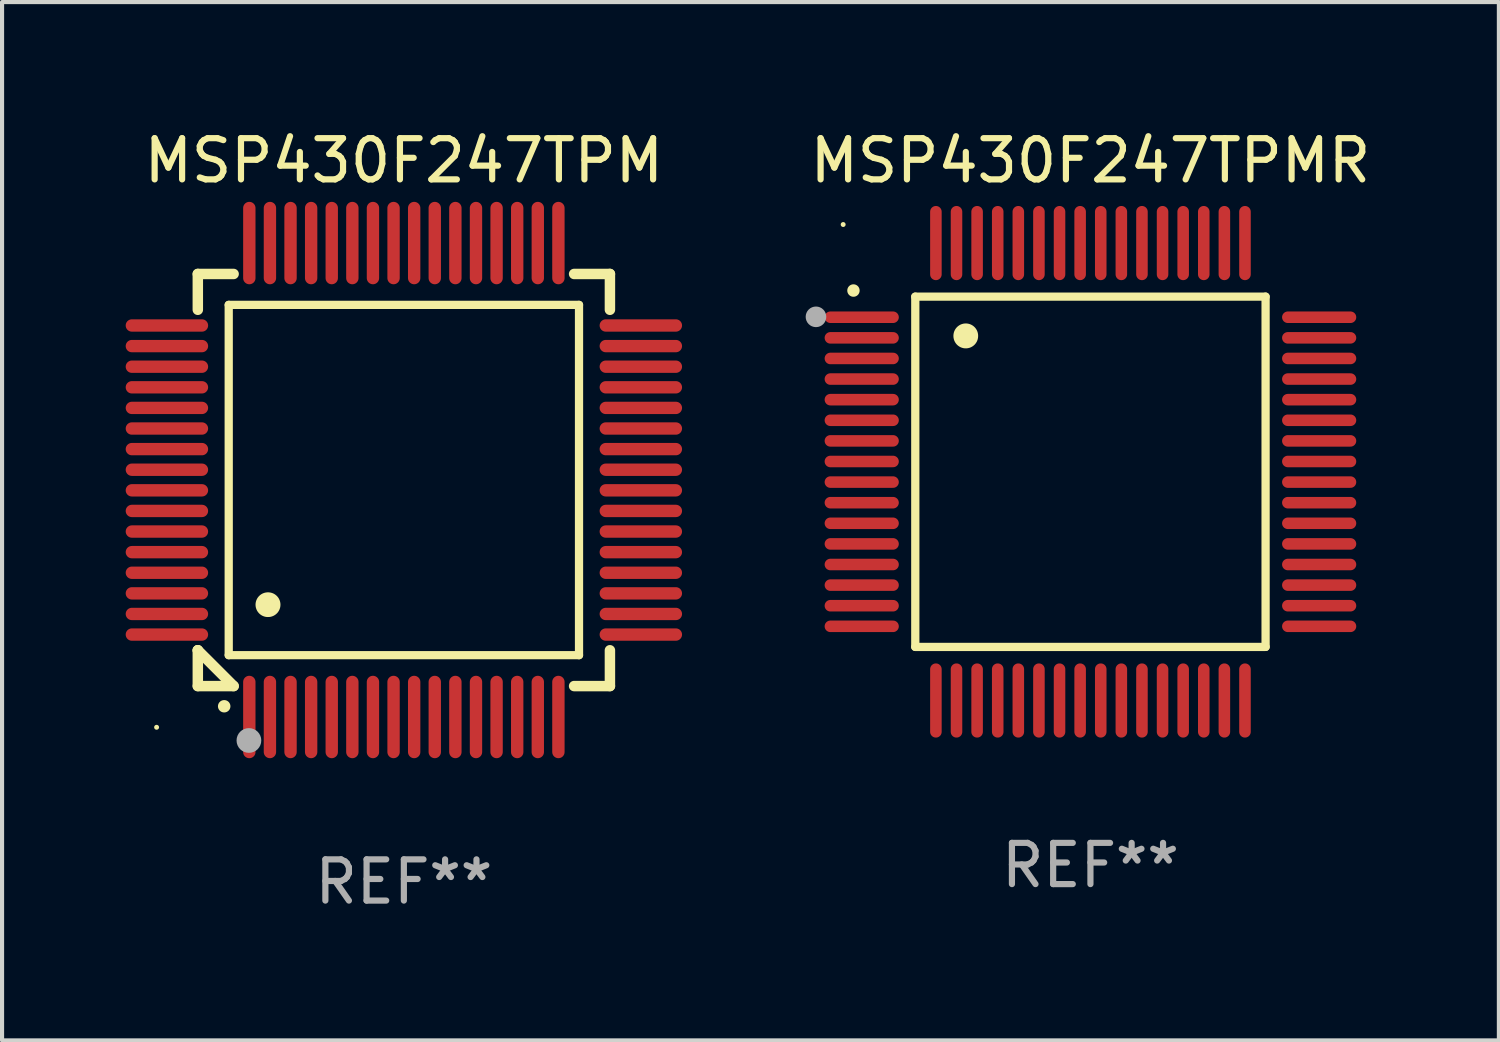
<source format=kicad_pcb>
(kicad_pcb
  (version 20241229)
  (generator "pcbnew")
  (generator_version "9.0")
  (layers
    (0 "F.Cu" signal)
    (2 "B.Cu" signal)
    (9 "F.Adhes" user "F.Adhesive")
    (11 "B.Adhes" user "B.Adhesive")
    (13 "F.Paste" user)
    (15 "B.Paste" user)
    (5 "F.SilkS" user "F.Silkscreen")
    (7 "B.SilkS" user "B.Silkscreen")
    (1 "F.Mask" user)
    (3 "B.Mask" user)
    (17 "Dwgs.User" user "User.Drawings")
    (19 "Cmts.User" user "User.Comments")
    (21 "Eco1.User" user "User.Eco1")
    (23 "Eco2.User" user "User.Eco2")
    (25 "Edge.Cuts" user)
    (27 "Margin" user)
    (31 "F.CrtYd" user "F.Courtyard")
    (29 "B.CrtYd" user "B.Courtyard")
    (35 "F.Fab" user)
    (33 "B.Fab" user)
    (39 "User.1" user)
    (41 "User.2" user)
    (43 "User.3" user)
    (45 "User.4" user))
  (footprint "MSP430F247TPM"
    (layer "F.Cu")
    (at 6.75 8.598)
    (property "Reference" "MSP430F247TPM" (at 0 -7.75 0) (layer "F.SilkS") (effects (font (size 1 1) (thickness 0.15))))
    (attr through_hole)
    (fp_line (start -5 -5) (end -4.131 -5) (stroke (width 0.254) (type solid)) (layer "F.SilkS"))
    (fp_line (start -5 -4.131) (end -5 -5) (stroke (width 0.254) (type solid)) (layer "F.SilkS"))
    (fp_line (start -5 4.131) (end -5 4.131) (stroke (width 0.254) (type solid)) (layer "F.SilkS"))
    (fp_line (start -5 5) (end -5 4.131) (stroke (width 0.254) (type solid)) (layer "F.SilkS"))
    (fp_line (start -5 4.131) (end -4.131 5) (stroke (width 0.254) (type solid)) (layer "F.SilkS"))
    (fp_line (start -4.25 -4.25) (end -4.25 4.25) (stroke (width 0.2) (type solid)) (layer "F.SilkS"))
    (fp_line (start -4.25 4.25) (end 4.25 4.25) (stroke (width 0.2) (type solid)) (layer "F.SilkS"))
    (fp_line (start -4.131 5) (end -5 5) (stroke (width 0.254) (type solid)) (layer "F.SilkS"))
    (fp_line (start 4.25 -4.25) (end -4.25 -4.25) (stroke (width 0.2) (type solid)) (layer "F.SilkS"))
    (fp_line (start 4.25 4.25) (end 4.25 -4.25) (stroke (width 0.2) (type solid)) (layer "F.SilkS"))
    (fp_line (start 5 -5) (end 4.131 -5) (stroke (width 0.254) (type solid)) (layer "F.SilkS"))
    (fp_line (start 5 -5) (end 5 -4.131) (stroke (width 0.254) (type solid)) (layer "F.SilkS"))
    (fp_line (start 5 4.131) (end 5 5) (stroke (width 0.254) (type solid)) (layer "F.SilkS"))
    (fp_line (start 5 5) (end 4.131 5) (stroke (width 0.254) (type solid)) (layer "F.SilkS"))
    (fp_arc (start -4.361265 5.489992) (mid -4.359995 5.489987) (end -4.358725 5.489992) (stroke (width 0.3) (type solid)) (layer "F.SilkS"))
    (fp_arc (start -3.299467 3.025146) (mid -3.296927 3.025135) (end -3.294387 3.025146) (stroke (width 0.6) (type solid)) (layer "F.SilkS"))
    (fp_circle (center -6 6) (end -5.97 6) (stroke (width 0.06) (type solid)) (fill no) (layer "F.SilkS"))
    (fp_circle (center -3.76 6.32) (end -3.61 6.32) (stroke (width 0.3) (type solid)) (fill no) (layer "F.Fab"))
    (fp_text user "REF**" (at 0 9.75 0) (layer "F.Fab") (effects (font (size 1 1) (thickness 0.15))))
    (pad "1" smd oval (at -3.75 5.75) (size 0.3 2) (layers "F.Cu" "F.Mask" "F.Paste"))
    (pad "2" smd oval (at -3.25 5.75) (size 0.3 2) (layers "F.Cu" "F.Mask" "F.Paste"))
    (pad "3" smd oval (at -2.75 5.75) (size 0.3 2) (layers "F.Cu" "F.Mask" "F.Paste"))
    (pad "4" smd oval (at -2.25 5.75) (size 0.3 2) (layers "F.Cu" "F.Mask" "F.Paste"))
    (pad "5" smd oval (at -1.75 5.75) (size 0.3 2) (layers "F.Cu" "F.Mask" "F.Paste"))
    (pad "6" smd oval (at -1.25 5.75) (size 0.3 2) (layers "F.Cu" "F.Mask" "F.Paste"))
    (pad "7" smd oval (at -0.75 5.75) (size 0.3 2) (layers "F.Cu" "F.Mask" "F.Paste"))
    (pad "8" smd oval (at -0.25 5.75) (size 0.3 2) (layers "F.Cu" "F.Mask" "F.Paste"))
    (pad "9" smd oval (at 0.25 5.75) (size 0.3 2) (layers "F.Cu" "F.Mask" "F.Paste"))
    (pad "10" smd oval (at 0.75 5.75) (size 0.3 2) (layers "F.Cu" "F.Mask" "F.Paste"))
    (pad "11" smd oval (at 1.25 5.75) (size 0.3 2) (layers "F.Cu" "F.Mask" "F.Paste"))
    (pad "12" smd oval (at 1.75 5.75) (size 0.3 2) (layers "F.Cu" "F.Mask" "F.Paste"))
    (pad "13" smd oval (at 2.25 5.75) (size 0.3 2) (layers "F.Cu" "F.Mask" "F.Paste"))
    (pad "14" smd oval (at 2.75 5.75) (size 0.3 2) (layers "F.Cu" "F.Mask" "F.Paste"))
    (pad "15" smd oval (at 3.25 5.75) (size 0.3 2) (layers "F.Cu" "F.Mask" "F.Paste"))
    (pad "16" smd oval (at 3.75 5.75) (size 0.3 2) (layers "F.Cu" "F.Mask" "F.Paste"))
    (pad "17" smd oval (at 5.75 3.75) (size 2 0.3) (layers "F.Cu" "F.Mask" "F.Paste"))
    (pad "18" smd oval (at 5.75 3.25) (size 2 0.3) (layers "F.Cu" "F.Mask" "F.Paste"))
    (pad "19" smd oval (at 5.75 2.75) (size 2 0.3) (layers "F.Cu" "F.Mask" "F.Paste"))
    (pad "20" smd oval (at 5.75 2.25) (size 2 0.3) (layers "F.Cu" "F.Mask" "F.Paste"))
    (pad "21" smd oval (at 5.75 1.75) (size 2 0.3) (layers "F.Cu" "F.Mask" "F.Paste"))
    (pad "22" smd oval (at 5.75 1.25) (size 2 0.3) (layers "F.Cu" "F.Mask" "F.Paste"))
    (pad "23" smd oval (at 5.75 0.75) (size 2 0.3) (layers "F.Cu" "F.Mask" "F.Paste"))
    (pad "24" smd oval (at 5.75 0.25) (size 2 0.3) (layers "F.Cu" "F.Mask" "F.Paste"))
    (pad "25" smd oval (at 5.75 -0.25) (size 2 0.3) (layers "F.Cu" "F.Mask" "F.Paste"))
    (pad "26" smd oval (at 5.75 -0.75) (size 2 0.3) (layers "F.Cu" "F.Mask" "F.Paste"))
    (pad "27" smd oval (at 5.75 -1.25) (size 2 0.3) (layers "F.Cu" "F.Mask" "F.Paste"))
    (pad "28" smd oval (at 5.75 -1.75) (size 2 0.3) (layers "F.Cu" "F.Mask" "F.Paste"))
    (pad "29" smd oval (at 5.75 -2.25) (size 2 0.3) (layers "F.Cu" "F.Mask" "F.Paste"))
    (pad "30" smd oval (at 5.75 -2.75) (size 2 0.3) (layers "F.Cu" "F.Mask" "F.Paste"))
    (pad "31" smd oval (at 5.75 -3.25) (size 2 0.3) (layers "F.Cu" "F.Mask" "F.Paste"))
    (pad "32" smd oval (at 5.75 -3.75) (size 2 0.3) (layers "F.Cu" "F.Mask" "F.Paste"))
    (pad "33" smd oval (at 3.75 -5.75) (size 0.3 2) (layers "F.Cu" "F.Mask" "F.Paste"))
    (pad "34" smd oval (at 3.25 -5.75) (size 0.3 2) (layers "F.Cu" "F.Mask" "F.Paste"))
    (pad "35" smd oval (at 2.75 -5.75) (size 0.3 2) (layers "F.Cu" "F.Mask" "F.Paste"))
    (pad "36" smd oval (at 2.25 -5.75) (size 0.3 2) (layers "F.Cu" "F.Mask" "F.Paste"))
    (pad "37" smd oval (at 1.75 -5.75) (size 0.3 2) (layers "F.Cu" "F.Mask" "F.Paste"))
    (pad "38" smd oval (at 1.25 -5.75) (size 0.3 2) (layers "F.Cu" "F.Mask" "F.Paste"))
    (pad "39" smd oval (at 0.75 -5.75) (size 0.3 2) (layers "F.Cu" "F.Mask" "F.Paste"))
    (pad "40" smd oval (at 0.25 -5.75) (size 0.3 2) (layers "F.Cu" "F.Mask" "F.Paste"))
    (pad "41" smd oval (at -0.25 -5.75) (size 0.3 2) (layers "F.Cu" "F.Mask" "F.Paste"))
    (pad "42" smd oval (at -0.75 -5.75) (size 0.3 2) (layers "F.Cu" "F.Mask" "F.Paste"))
    (pad "43" smd oval (at -1.25 -5.75) (size 0.3 2) (layers "F.Cu" "F.Mask" "F.Paste"))
    (pad "44" smd oval (at -1.75 -5.75) (size 0.3 2) (layers "F.Cu" "F.Mask" "F.Paste"))
    (pad "45" smd oval (at -2.25 -5.75) (size 0.3 2) (layers "F.Cu" "F.Mask" "F.Paste"))
    (pad "46" smd oval (at -2.75 -5.75) (size 0.3 2) (layers "F.Cu" "F.Mask" "F.Paste"))
    (pad "47" smd oval (at -3.25 -5.75) (size 0.3 2) (layers "F.Cu" "F.Mask" "F.Paste"))
    (pad "48" smd oval (at -3.75 -5.75) (size 0.3 2) (layers "F.Cu" "F.Mask" "F.Paste"))
    (pad "49" smd oval (at -5.75 -3.75) (size 2 0.3) (layers "F.Cu" "F.Mask" "F.Paste"))
    (pad "50" smd oval (at -5.75 -3.25) (size 2 0.3) (layers "F.Cu" "F.Mask" "F.Paste"))
    (pad "51" smd oval (at -5.75 -2.75) (size 2 0.3) (layers "F.Cu" "F.Mask" "F.Paste"))
    (pad "52" smd oval (at -5.75 -2.25) (size 2 0.3) (layers "F.Cu" "F.Mask" "F.Paste"))
    (pad "53" smd oval (at -5.75 -1.75) (size 2 0.3) (layers "F.Cu" "F.Mask" "F.Paste"))
    (pad "54" smd oval (at -5.75 -1.25) (size 2 0.3) (layers "F.Cu" "F.Mask" "F.Paste"))
    (pad "55" smd oval (at -5.75 -0.75) (size 2 0.3) (layers "F.Cu" "F.Mask" "F.Paste"))
    (pad "56" smd oval (at -5.75 -0.25) (size 2 0.3) (layers "F.Cu" "F.Mask" "F.Paste"))
    (pad "57" smd oval (at -5.75 0.25) (size 2 0.3) (layers "F.Cu" "F.Mask" "F.Paste"))
    (pad "58" smd oval (at -5.75 0.75) (size 2 0.3) (layers "F.Cu" "F.Mask" "F.Paste"))
    (pad "59" smd oval (at -5.75 1.25) (size 2 0.3) (layers "F.Cu" "F.Mask" "F.Paste"))
    (pad "60" smd oval (at -5.75 1.75) (size 2 0.3) (layers "F.Cu" "F.Mask" "F.Paste"))
    (pad "61" smd oval (at -5.75 2.25) (size 2 0.3) (layers "F.Cu" "F.Mask" "F.Paste"))
    (pad "62" smd oval (at -5.75 2.75) (size 2 0.3) (layers "F.Cu" "F.Mask" "F.Paste"))
    (pad "63" smd oval (at -5.75 3.25) (size 2 0.3) (layers "F.Cu" "F.Mask" "F.Paste"))
    (pad "64" smd oval (at -5.75 3.75) (size 2 0.3) (layers "F.Cu" "F.Mask" "F.Paste")))
  (footprint "MSP430F247TPMR"
    (layer "F.Cu")
    (at 23.41 8.398)
    (property "Reference" "MSP430F247TPMR" (at 0 -7.55 0) (layer "F.SilkS") (effects (font (size 1 1) (thickness 0.15))))
    (attr through_hole)
    (fp_line (start -4.25 -4.25) (end -4.25 4.25) (stroke (width 0.2) (type solid)) (layer "F.SilkS"))
    (fp_line (start -4.25 4.25) (end 4.25 4.25) (stroke (width 0.2) (type solid)) (layer "F.SilkS"))
    (fp_line (start 4.25 -4.25) (end -4.25 -4.25) (stroke (width 0.2) (type solid)) (layer "F.SilkS"))
    (fp_line (start 4.25 4.25) (end 4.25 -4.25) (stroke (width 0.2) (type solid)) (layer "F.SilkS"))
    (fp_arc (start -5.750572 -4.396749) (mid -5.750577 -4.398019) (end -5.750572 -4.399289) (stroke (width 0.3) (type solid)) (layer "F.SilkS"))
    (fp_arc (start -3.025146 -3.294387) (mid -3.025157 -3.296927) (end -3.025146 -3.299467) (stroke (width 0.6) (type solid)) (layer "F.SilkS"))
    (fp_circle (center -6 -6) (end -5.97 -6) (stroke (width 0.06) (type solid)) (fill no) (layer "F.SilkS"))
    (fp_circle (center -6.66 -3.76) (end -6.535 -3.76) (stroke (width 0.25) (type solid)) (fill no) (layer "F.Fab"))
    (fp_text user "REF**" (at 0 9.55 0) (layer "F.Fab") (effects (font (size 1 1) (thickness 0.15))))
    (pad "1" smd oval (at -5.55 -3.75) (size 1.8 0.28) (layers "F.Cu" "F.Mask" "F.Paste"))
    (pad "2" smd oval (at -5.55 -3.25) (size 1.8 0.28) (layers "F.Cu" "F.Mask" "F.Paste"))
    (pad "3" smd oval (at -5.55 -2.75) (size 1.8 0.28) (layers "F.Cu" "F.Mask" "F.Paste"))
    (pad "4" smd oval (at -5.55 -2.25) (size 1.8 0.28) (layers "F.Cu" "F.Mask" "F.Paste"))
    (pad "5" smd oval (at -5.55 -1.75) (size 1.8 0.28) (layers "F.Cu" "F.Mask" "F.Paste"))
    (pad "6" smd oval (at -5.55 -1.25) (size 1.8 0.28) (layers "F.Cu" "F.Mask" "F.Paste"))
    (pad "7" smd oval (at -5.55 -0.75) (size 1.8 0.28) (layers "F.Cu" "F.Mask" "F.Paste"))
    (pad "8" smd oval (at -5.55 -0.25) (size 1.8 0.28) (layers "F.Cu" "F.Mask" "F.Paste"))
    (pad "9" smd oval (at -5.55 0.25) (size 1.8 0.28) (layers "F.Cu" "F.Mask" "F.Paste"))
    (pad "10" smd oval (at -5.55 0.75) (size 1.8 0.28) (layers "F.Cu" "F.Mask" "F.Paste"))
    (pad "11" smd oval (at -5.55 1.25) (size 1.8 0.28) (layers "F.Cu" "F.Mask" "F.Paste"))
    (pad "12" smd oval (at -5.55 1.75) (size 1.8 0.28) (layers "F.Cu" "F.Mask" "F.Paste"))
    (pad "13" smd oval (at -5.55 2.25) (size 1.8 0.28) (layers "F.Cu" "F.Mask" "F.Paste"))
    (pad "14" smd oval (at -5.55 2.75) (size 1.8 0.28) (layers "F.Cu" "F.Mask" "F.Paste"))
    (pad "15" smd oval (at -5.55 3.25) (size 1.8 0.28) (layers "F.Cu" "F.Mask" "F.Paste"))
    (pad "16" smd oval (at -5.55 3.75) (size 1.8 0.28) (layers "F.Cu" "F.Mask" "F.Paste"))
    (pad "17" smd oval (at -3.75 5.55) (size 0.28 1.8) (layers "F.Cu" "F.Mask" "F.Paste"))
    (pad "18" smd oval (at -3.25 5.55) (size 0.28 1.8) (layers "F.Cu" "F.Mask" "F.Paste"))
    (pad "19" smd oval (at -2.75 5.55) (size 0.28 1.8) (layers "F.Cu" "F.Mask" "F.Paste"))
    (pad "20" smd oval (at -2.25 5.55) (size 0.28 1.8) (layers "F.Cu" "F.Mask" "F.Paste"))
    (pad "21" smd oval (at -1.75 5.55) (size 0.28 1.8) (layers "F.Cu" "F.Mask" "F.Paste"))
    (pad "22" smd oval (at -1.25 5.55) (size 0.28 1.8) (layers "F.Cu" "F.Mask" "F.Paste"))
    (pad "23" smd oval (at -0.75 5.55) (size 0.28 1.8) (layers "F.Cu" "F.Mask" "F.Paste"))
    (pad "24" smd oval (at -0.25 5.55) (size 0.28 1.8) (layers "F.Cu" "F.Mask" "F.Paste"))
    (pad "25" smd oval (at 0.25 5.55) (size 0.28 1.8) (layers "F.Cu" "F.Mask" "F.Paste"))
    (pad "26" smd oval (at 0.75 5.55) (size 0.28 1.8) (layers "F.Cu" "F.Mask" "F.Paste"))
    (pad "27" smd oval (at 1.25 5.55) (size 0.28 1.8) (layers "F.Cu" "F.Mask" "F.Paste"))
    (pad "28" smd oval (at 1.75 5.55) (size 0.28 1.8) (layers "F.Cu" "F.Mask" "F.Paste"))
    (pad "29" smd oval (at 2.25 5.55) (size 0.28 1.8) (layers "F.Cu" "F.Mask" "F.Paste"))
    (pad "30" smd oval (at 2.75 5.55) (size 0.28 1.8) (layers "F.Cu" "F.Mask" "F.Paste"))
    (pad "31" smd oval (at 3.25 5.55) (size 0.28 1.8) (layers "F.Cu" "F.Mask" "F.Paste"))
    (pad "32" smd oval (at 3.75 5.55) (size 0.28 1.8) (layers "F.Cu" "F.Mask" "F.Paste"))
    (pad "33" smd oval (at 5.55 3.75) (size 1.8 0.28) (layers "F.Cu" "F.Mask" "F.Paste"))
    (pad "34" smd oval (at 5.55 3.25) (size 1.8 0.28) (layers "F.Cu" "F.Mask" "F.Paste"))
    (pad "35" smd oval (at 5.55 2.75) (size 1.8 0.28) (layers "F.Cu" "F.Mask" "F.Paste"))
    (pad "36" smd oval (at 5.55 2.25) (size 1.8 0.28) (layers "F.Cu" "F.Mask" "F.Paste"))
    (pad "37" smd oval (at 5.55 1.75) (size 1.8 0.28) (layers "F.Cu" "F.Mask" "F.Paste"))
    (pad "38" smd oval (at 5.55 1.25) (size 1.8 0.28) (layers "F.Cu" "F.Mask" "F.Paste"))
    (pad "39" smd oval (at 5.55 0.75) (size 1.8 0.28) (layers "F.Cu" "F.Mask" "F.Paste"))
    (pad "40" smd oval (at 5.55 0.25) (size 1.8 0.28) (layers "F.Cu" "F.Mask" "F.Paste"))
    (pad "41" smd oval (at 5.55 -0.25) (size 1.8 0.28) (layers "F.Cu" "F.Mask" "F.Paste"))
    (pad "42" smd oval (at 5.55 -0.75) (size 1.8 0.28) (layers "F.Cu" "F.Mask" "F.Paste"))
    (pad "43" smd oval (at 5.55 -1.25) (size 1.8 0.28) (layers "F.Cu" "F.Mask" "F.Paste"))
    (pad "44" smd oval (at 5.55 -1.75) (size 1.8 0.28) (layers "F.Cu" "F.Mask" "F.Paste"))
    (pad "45" smd oval (at 5.55 -2.25) (size 1.8 0.28) (layers "F.Cu" "F.Mask" "F.Paste"))
    (pad "46" smd oval (at 5.55 -2.75) (size 1.8 0.28) (layers "F.Cu" "F.Mask" "F.Paste"))
    (pad "47" smd oval (at 5.55 -3.25) (size 1.8 0.28) (layers "F.Cu" "F.Mask" "F.Paste"))
    (pad "48" smd oval (at 5.55 -3.75) (size 1.8 0.28) (layers "F.Cu" "F.Mask" "F.Paste"))
    (pad "49" smd oval (at 3.75 -5.55) (size 0.28 1.8) (layers "F.Cu" "F.Mask" "F.Paste"))
    (pad "50" smd oval (at 3.25 -5.55) (size 0.28 1.8) (layers "F.Cu" "F.Mask" "F.Paste"))
    (pad "51" smd oval (at 2.75 -5.55) (size 0.28 1.8) (layers "F.Cu" "F.Mask" "F.Paste"))
    (pad "52" smd oval (at 2.25 -5.55) (size 0.28 1.8) (layers "F.Cu" "F.Mask" "F.Paste"))
    (pad "53" smd oval (at 1.75 -5.55) (size 0.28 1.8) (layers "F.Cu" "F.Mask" "F.Paste"))
    (pad "54" smd oval (at 1.25 -5.55) (size 0.28 1.8) (layers "F.Cu" "F.Mask" "F.Paste"))
    (pad "55" smd oval (at 0.75 -5.55) (size 0.28 1.8) (layers "F.Cu" "F.Mask" "F.Paste"))
    (pad "56" smd oval (at 0.25 -5.55) (size 0.28 1.8) (layers "F.Cu" "F.Mask" "F.Paste"))
    (pad "57" smd oval (at -0.25 -5.55) (size 0.28 1.8) (layers "F.Cu" "F.Mask" "F.Paste"))
    (pad "58" smd oval (at -0.75 -5.55) (size 0.28 1.8) (layers "F.Cu" "F.Mask" "F.Paste"))
    (pad "59" smd oval (at -1.25 -5.55) (size 0.28 1.8) (layers "F.Cu" "F.Mask" "F.Paste"))
    (pad "60" smd oval (at -1.75 -5.55) (size 0.28 1.8) (layers "F.Cu" "F.Mask" "F.Paste"))
    (pad "61" smd oval (at -2.25 -5.55) (size 0.28 1.8) (layers "F.Cu" "F.Mask" "F.Paste"))
    (pad "62" smd oval (at -2.75 -5.55) (size 0.28 1.8) (layers "F.Cu" "F.Mask" "F.Paste"))
    (pad "63" smd oval (at -3.25 -5.55) (size 0.28 1.8) (layers "F.Cu" "F.Mask" "F.Paste"))
    (pad "64" smd oval (at -3.75 -5.55) (size 0.28 1.8) (layers "F.Cu" "F.Mask" "F.Paste")))
  (gr_rect
    (start -3 -3)
    (end 33.321 22.196)
    (stroke (width 0.1) (type default))
    (fill no)
    (layer "Edge.Cuts")))
</source>
